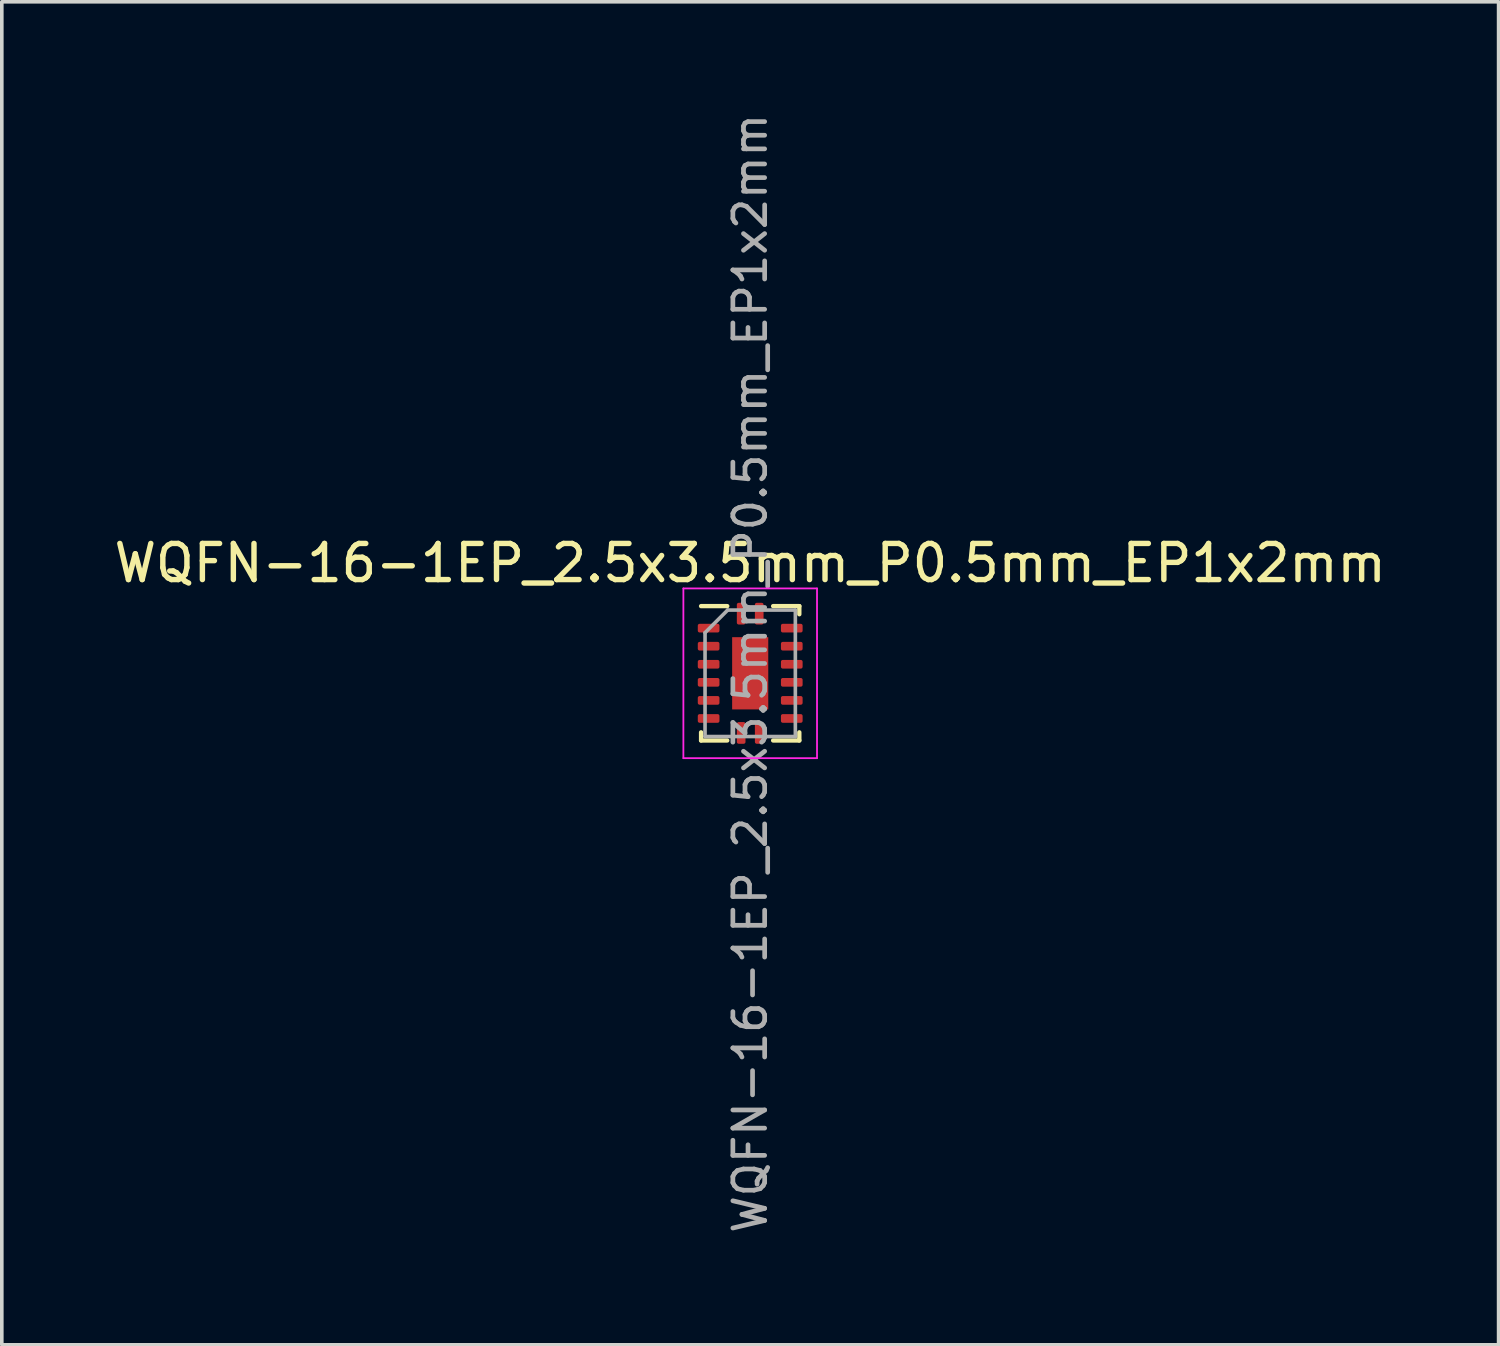
<source format=kicad_pcb>
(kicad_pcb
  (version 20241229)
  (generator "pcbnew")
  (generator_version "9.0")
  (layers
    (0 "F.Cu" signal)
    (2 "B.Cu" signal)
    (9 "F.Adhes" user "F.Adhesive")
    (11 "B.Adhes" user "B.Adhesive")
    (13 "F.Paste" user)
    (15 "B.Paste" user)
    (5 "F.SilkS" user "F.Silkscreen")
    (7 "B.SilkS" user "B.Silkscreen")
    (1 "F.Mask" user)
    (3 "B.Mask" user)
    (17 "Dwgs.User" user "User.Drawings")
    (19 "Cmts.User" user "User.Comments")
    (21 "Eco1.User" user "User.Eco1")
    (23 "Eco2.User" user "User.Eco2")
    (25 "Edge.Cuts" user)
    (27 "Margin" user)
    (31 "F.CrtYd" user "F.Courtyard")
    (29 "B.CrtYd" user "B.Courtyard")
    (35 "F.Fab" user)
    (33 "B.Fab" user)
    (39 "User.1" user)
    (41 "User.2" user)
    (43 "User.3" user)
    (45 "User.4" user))
  (footprint "WQFN-16-1EP_2.5x3.5mm_P0.5mm_EP1x2mm"
    (layer "F.Cu")
    (at 17.72 15.591)
    (property "Reference" "WQFN-16-1EP_2.5x3.5mm_P0.5mm_EP1x2mm" (at 0 -3.05 0) (layer "F.SilkS") (effects (font (size 1 1) (thickness 0.15))))
    (attr smd)
    (fp_line (start -1.36 1.86) (end -1.36 1.635) (stroke (width 0.12) (type solid)) (layer "F.SilkS"))
    (fp_line (start -0.635 -1.86) (end -1.36 -1.86) (stroke (width 0.12) (type solid)) (layer "F.SilkS"))
    (fp_line (start -0.635 1.86) (end -1.36 1.86) (stroke (width 0.12) (type solid)) (layer "F.SilkS"))
    (fp_line (start 0.635 -1.86) (end 1.36 -1.86) (stroke (width 0.12) (type solid)) (layer "F.SilkS"))
    (fp_line (start 0.635 1.86) (end 1.36 1.86) (stroke (width 0.12) (type solid)) (layer "F.SilkS"))
    (fp_line (start 1.36 -1.86) (end 1.36 -1.635) (stroke (width 0.12) (type solid)) (layer "F.SilkS"))
    (fp_line (start 1.36 1.86) (end 1.36 1.635) (stroke (width 0.12) (type solid)) (layer "F.SilkS"))
    (fp_line (start -1.85 -2.35) (end -1.85 2.35) (stroke (width 0.05) (type solid)) (layer "F.CrtYd"))
    (fp_line (start -1.85 2.35) (end 1.85 2.35) (stroke (width 0.05) (type solid)) (layer "F.CrtYd"))
    (fp_line (start 1.85 -2.35) (end -1.85 -2.35) (stroke (width 0.05) (type solid)) (layer "F.CrtYd"))
    (fp_line (start 1.85 2.35) (end 1.85 -2.35) (stroke (width 0.05) (type solid)) (layer "F.CrtYd"))
    (fp_line (start -1.25 -1.125) (end -0.625 -1.75) (stroke (width 0.1) (type solid)) (layer "F.Fab"))
    (fp_line (start -1.25 1.75) (end -1.25 -1.125) (stroke (width 0.1) (type solid)) (layer "F.Fab"))
    (fp_line (start -0.625 -1.75) (end 1.25 -1.75) (stroke (width 0.1) (type solid)) (layer "F.Fab"))
    (fp_line (start 1.25 -1.75) (end 1.25 1.75) (stroke (width 0.1) (type solid)) (layer "F.Fab"))
    (fp_line (start 1.25 1.75) (end -1.25 1.75) (stroke (width 0.1) (type solid)) (layer "F.Fab"))
    (fp_text user "${REFERENCE}" (at 0 0 90) (layer "F.Fab") (effects (font (size 0.88 0.88) (thickness 0.13))))
    (pad "" smd roundrect (at 0 -0.5) (size 0.81 0.81) (layers "F.Paste") (roundrect_rratio 0.25))
    (pad "" smd roundrect (at 0 0.5) (size 0.81 0.81) (layers "F.Paste") (roundrect_rratio 0.25))
    (pad "1" smd roundrect (at -0.25 -1.651) (size 0.24 0.6) (layers "F.Cu" "F.Mask" "F.Paste") (roundrect_rratio 0.208))
    (pad "2" smd roundrect (at -1.151 -1.25) (size 0.6 0.24) (layers "F.Cu" "F.Mask" "F.Paste") (roundrect_rratio 0.208))
    (pad "3" smd roundrect (at -1.151 -0.75) (size 0.6 0.24) (layers "F.Cu" "F.Mask" "F.Paste") (roundrect_rratio 0.208))
    (pad "4" smd roundrect (at -1.151 -0.25) (size 0.6 0.24) (layers "F.Cu" "F.Mask" "F.Paste") (roundrect_rratio 0.208))
    (pad "5" smd roundrect (at -1.151 0.25) (size 0.6 0.24) (layers "F.Cu" "F.Mask" "F.Paste") (roundrect_rratio 0.208))
    (pad "6" smd roundrect (at -1.151 0.75) (size 0.6 0.24) (layers "F.Cu" "F.Mask" "F.Paste") (roundrect_rratio 0.208))
    (pad "7" smd roundrect (at -1.151 1.25) (size 0.6 0.24) (layers "F.Cu" "F.Mask" "F.Paste") (roundrect_rratio 0.208))
    (pad "8" smd roundrect (at -0.25 1.651) (size 0.24 0.6) (layers "F.Cu" "F.Mask" "F.Paste") (roundrect_rratio 0.208))
    (pad "9" smd roundrect (at 0.25 1.651) (size 0.24 0.6) (layers "F.Cu" "F.Mask" "F.Paste") (roundrect_rratio 0.208))
    (pad "10" smd roundrect (at 1.151 1.25) (size 0.6 0.24) (layers "F.Cu" "F.Mask" "F.Paste") (roundrect_rratio 0.208))
    (pad "11" smd roundrect (at 1.151 0.75) (size 0.6 0.24) (layers "F.Cu" "F.Mask" "F.Paste") (roundrect_rratio 0.208))
    (pad "12" smd roundrect (at 1.151 0.25) (size 0.6 0.24) (layers "F.Cu" "F.Mask" "F.Paste") (roundrect_rratio 0.208))
    (pad "13" smd roundrect (at 1.151 -0.25) (size 0.6 0.24) (layers "F.Cu" "F.Mask" "F.Paste") (roundrect_rratio 0.208))
    (pad "14" smd roundrect (at 1.151 -0.75) (size 0.6 0.24) (layers "F.Cu" "F.Mask" "F.Paste") (roundrect_rratio 0.208))
    (pad "15" smd roundrect (at 1.151 -1.25) (size 0.6 0.24) (layers "F.Cu" "F.Mask" "F.Paste") (roundrect_rratio 0.208))
    (pad "16" smd roundrect (at 0.25 -1.651) (size 0.24 0.6) (layers "F.Cu" "F.Mask" "F.Paste") (roundrect_rratio 0.208))
    (pad "17" smd rect (at 0 0) (size 1 2) (layers "F.Cu" "F.Mask")))
  (gr_rect
    (start -3 -3)
    (end 38.44 34.182)
    (stroke (width 0.1) (type default))
    (fill no)
    (layer "Edge.Cuts")))
</source>
